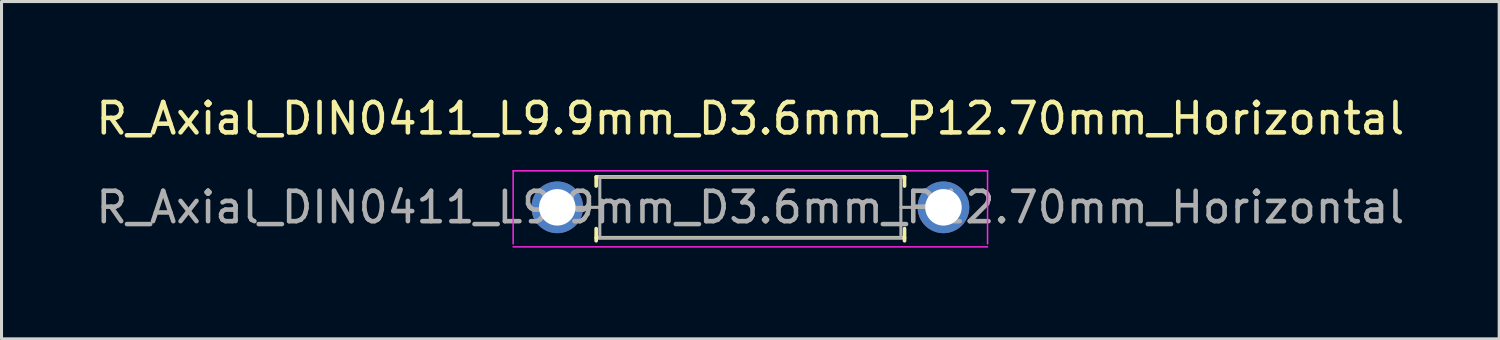
<source format=kicad_pcb>
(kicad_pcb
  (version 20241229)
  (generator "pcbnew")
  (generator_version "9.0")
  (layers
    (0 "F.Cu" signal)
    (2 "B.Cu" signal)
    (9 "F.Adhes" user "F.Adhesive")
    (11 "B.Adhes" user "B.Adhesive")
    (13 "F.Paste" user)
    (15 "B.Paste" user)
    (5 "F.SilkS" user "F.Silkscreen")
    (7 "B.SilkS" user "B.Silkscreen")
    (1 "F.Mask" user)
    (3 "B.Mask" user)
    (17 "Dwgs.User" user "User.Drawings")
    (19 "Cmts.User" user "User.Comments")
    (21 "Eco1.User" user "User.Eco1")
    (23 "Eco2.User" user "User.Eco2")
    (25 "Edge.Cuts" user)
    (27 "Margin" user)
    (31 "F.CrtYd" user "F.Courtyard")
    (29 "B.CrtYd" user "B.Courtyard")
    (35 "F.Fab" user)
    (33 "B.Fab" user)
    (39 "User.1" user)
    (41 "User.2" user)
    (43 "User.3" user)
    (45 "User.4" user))
  (footprint "R_Axial_DIN0411_L9.9mm_D3.6mm_P12.70mm_Horizontal"
    (layer "F.Cu")
    (at 15.275 3.768)
    (property "Reference" "R_Axial_DIN0411_L9.9mm_D3.6mm_P12.70mm_Horizontal" (at 6.35 -2.92 0) (layer "F.SilkS") (effects (font (size 1 1) (thickness 0.15))))
    (attr through_hole)
    (fp_line (start 1.28 -1) (end 11.42 -1) (stroke (width 0.12) (type solid)) (layer "F.SilkS"))
    (fp_line (start 1.28 -0.7) (end 1.28 -1) (stroke (width 0.12) (type solid)) (layer "F.SilkS"))
    (fp_line (start 1.28 0.7) (end 1.28 1.1) (stroke (width 0.12) (type solid)) (layer "F.SilkS"))
    (fp_line (start 1.28 1) (end 11.42 1) (stroke (width 0.12) (type solid)) (layer "F.SilkS"))
    (fp_line (start 11.42 -1) (end 11.42 -0.7) (stroke (width 0.12) (type solid)) (layer "F.SilkS"))
    (fp_line (start 11.42 1.1) (end 11.42 0.7) (stroke (width 0.12) (type solid)) (layer "F.SilkS"))
    (fp_line (start -1.45 -1.2) (end -1.45 1.2) (stroke (width 0.05) (type solid)) (layer "F.CrtYd"))
    (fp_line (start -1.45 1.3) (end 14.15 1.3) (stroke (width 0.05) (type solid)) (layer "F.CrtYd"))
    (fp_line (start 14.15 -1.2) (end -1.45 -1.2) (stroke (width 0.05) (type solid)) (layer "F.CrtYd"))
    (fp_line (start 14.15 1.2) (end 14.15 -1.2) (stroke (width 0.05) (type solid)) (layer "F.CrtYd"))
    (fp_line (start 0 0) (end 1.4 0) (stroke (width 0.1) (type solid)) (layer "F.Fab"))
    (fp_line (start 1.4 -1) (end 1.4 1) (stroke (width 0.1) (type solid)) (layer "F.Fab"))
    (fp_line (start 1.4 1) (end 11.3 1) (stroke (width 0.1) (type solid)) (layer "F.Fab"))
    (fp_line (start 11.3 -1) (end 1.4 -1) (stroke (width 0.1) (type solid)) (layer "F.Fab"))
    (fp_line (start 11.3 1) (end 11.3 -1) (stroke (width 0.1) (type solid)) (layer "F.Fab"))
    (fp_line (start 12.7 0) (end 11.3 0) (stroke (width 0.1) (type solid)) (layer "F.Fab"))
    (fp_text user "${REFERENCE}" (at 6.35 0 0) (layer "F.Fab") (effects (font (size 1 1) (thickness 0.15))))
    (pad "1" thru_hole circle (at 0 0) (size 1.7 1.7) (drill 1.2) (layers "*.Cu" "*.Mask"))
    (pad "2" thru_hole oval (at 12.7 0) (size 1.7 1.7) (drill 1.2) (layers "*.Cu" "*.Mask")))
  (gr_rect
    (start -3 -3)
    (end 46.25 8.093)
    (stroke (width 0.1) (type default))
    (fill no)
    (layer "Edge.Cuts")))
</source>
